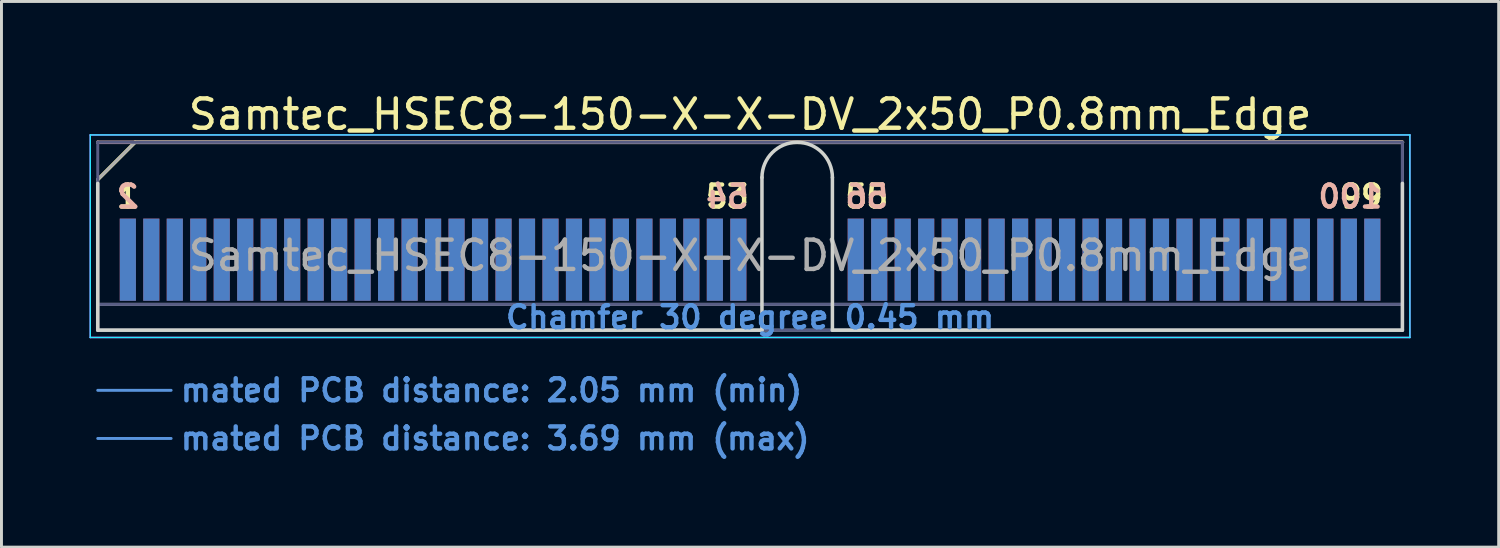
<source format=kicad_pcb>
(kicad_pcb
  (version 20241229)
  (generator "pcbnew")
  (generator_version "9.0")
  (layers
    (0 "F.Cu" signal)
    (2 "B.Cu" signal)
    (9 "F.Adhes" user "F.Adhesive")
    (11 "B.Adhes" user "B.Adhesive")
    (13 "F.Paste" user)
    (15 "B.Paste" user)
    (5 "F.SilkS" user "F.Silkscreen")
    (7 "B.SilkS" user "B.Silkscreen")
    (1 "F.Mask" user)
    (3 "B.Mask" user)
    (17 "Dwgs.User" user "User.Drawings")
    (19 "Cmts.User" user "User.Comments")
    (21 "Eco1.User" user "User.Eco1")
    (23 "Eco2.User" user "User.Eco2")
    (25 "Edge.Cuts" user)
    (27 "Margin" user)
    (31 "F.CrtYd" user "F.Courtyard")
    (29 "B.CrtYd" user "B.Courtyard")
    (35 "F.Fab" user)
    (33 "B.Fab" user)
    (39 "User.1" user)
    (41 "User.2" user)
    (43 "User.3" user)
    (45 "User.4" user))
  (footprint "Samtec_HSEC8-150-X-X-DV_2x50_P0.8mm_Edge"
    (layer "F.Cu")
    (at 22.505 8.198)
    (property "Reference" "Samtec_HSEC8-150-X-X-DV_2x50_P0.8mm_Edge" (at 0 -7.35 0) (layer "F.SilkS") (effects (font (size 1 1) (thickness 0.15))))
    (attr exclude_from_pos_files exclude_from_bom)
    (fp_line (start -22.225 -5.13) (end -20.955 -6.4) (stroke (width 0.12) (type solid)) (layer "F.SilkS"))
    (fp_line (start -20.955 -6.4) (end 22.225 -6.4) (stroke (width 0.12) (type solid)) (layer "F.SilkS"))
    (fp_line (start -22.225 -6.4) (end -22.225 -6.4) (stroke (width 0.12) (type solid)) (layer "B.SilkS"))
    (fp_line (start -22.225 -6.4) (end 22.225 -6.4) (stroke (width 0.12) (type solid)) (layer "B.SilkS"))
    (fp_line (start -22.225 2.05) (end -19.725 2.05) (stroke (width 0.1) (type solid)) (layer "Cmts.User"))
    (fp_line (start -22.225 3.69) (end -19.725 3.69) (stroke (width 0.1) (type solid)) (layer "Cmts.User"))
    (fp_line (start -22.225 -5) (end -22.225 0) (stroke (width 0.12) (type solid)) (layer "Edge.Cuts"))
    (fp_line (start -22.225 0) (end 0.405 0) (stroke (width 0.12) (type solid)) (layer "Edge.Cuts"))
    (fp_line (start 0.405 0) (end 0.405 -5.2) (stroke (width 0.12) (type solid)) (layer "Edge.Cuts"))
    (fp_line (start 2.805 -5.2) (end 2.805 0) (stroke (width 0.12) (type solid)) (layer "Edge.Cuts"))
    (fp_line (start 2.805 0) (end 22.225 0) (stroke (width 0.12) (type solid)) (layer "Edge.Cuts"))
    (fp_line (start 22.225 0) (end 22.225 -5) (stroke (width 0.12) (type solid)) (layer "Edge.Cuts"))
    (fp_arc (start 0.405 -5.2) (mid 1.605 -6.4) (end 2.805 -5.2) (stroke (width 0.12) (type solid)) (layer "Edge.Cuts"))
    (fp_line (start -22.48 -6.65) (end -22.48 0.25) (stroke (width 0.05) (type solid)) (layer "B.CrtYd"))
    (fp_line (start -22.48 0.25) (end 22.48 0.25) (stroke (width 0.05) (type solid)) (layer "B.CrtYd"))
    (fp_line (start 22.48 -6.65) (end -22.48 -6.65) (stroke (width 0.05) (type solid)) (layer "B.CrtYd"))
    (fp_line (start 22.48 0.25) (end 22.48 -6.65) (stroke (width 0.05) (type solid)) (layer "B.CrtYd"))
    (fp_line (start -22.48 -6.65) (end -22.48 0.25) (stroke (width 0.05) (type solid)) (layer "F.CrtYd"))
    (fp_line (start -22.48 0.25) (end 22.48 0.25) (stroke (width 0.05) (type solid)) (layer "F.CrtYd"))
    (fp_line (start 22.48 -6.65) (end -22.48 -6.65) (stroke (width 0.05) (type solid)) (layer "F.CrtYd"))
    (fp_line (start 22.48 0.25) (end 22.48 -6.65) (stroke (width 0.05) (type solid)) (layer "F.CrtYd"))
    (fp_line (start -22.225 -6.4) (end -22.225 -6.4) (stroke (width 0.1) (type solid)) (layer "B.Fab"))
    (fp_line (start -22.225 -6.4) (end -22.225 0) (stroke (width 0.1) (type solid)) (layer "B.Fab"))
    (fp_line (start -22.225 -6.4) (end 22.225 -6.4) (stroke (width 0.1) (type solid)) (layer "B.Fab"))
    (fp_line (start -22.225 -0.88) (end 22.225 -0.88) (stroke (width 0.1) (type solid)) (layer "B.Fab"))
    (fp_line (start -22.225 0) (end 22.225 0) (stroke (width 0.1) (type solid)) (layer "B.Fab"))
    (fp_line (start 22.225 -6.4) (end 22.225 0) (stroke (width 0.1) (type solid)) (layer "B.Fab"))
    (fp_line (start -22.225 -5.13) (end -22.225 0) (stroke (width 0.1) (type solid)) (layer "F.Fab"))
    (fp_line (start -22.225 -5.13) (end -20.955 -6.4) (stroke (width 0.1) (type solid)) (layer "F.Fab"))
    (fp_line (start -22.225 -0.88) (end 22.225 -0.88) (stroke (width 0.1) (type solid)) (layer "F.Fab"))
    (fp_line (start -22.225 0) (end 22.225 0) (stroke (width 0.1) (type solid)) (layer "F.Fab"))
    (fp_line (start -20.955 -6.4) (end 22.225 -6.4) (stroke (width 0.1) (type solid)) (layer "F.Fab"))
    (fp_line (start 22.225 -6.4) (end 22.225 0) (stroke (width 0.1) (type solid)) (layer "F.Fab"))
    (fp_text user "1" (at -21.2 -4.55 0) (layer "F.SilkS") (effects (font (size 0.75 0.75) (thickness 0.15))))
    (fp_text user "55" (at 3.975 -4.55 0) (layer "F.SilkS") (effects (font (size 0.75 0.75) (thickness 0.15))))
    (fp_text user "99" (at 20.825 -4.55 0) (layer "F.SilkS") (effects (font (size 0.75 0.75) (thickness 0.15))))
    (fp_text user "53" (at -0.775 -4.55 0) (layer "F.SilkS") (effects (font (size 0.75 0.75) (thickness 0.15))))
    (fp_text user "56" (at 3.975 -4.55 0) (layer "B.SilkS") (effects (font (size 0.75 0.75) (thickness 0.15)) (justify mirror)))
    (fp_text user "54" (at -0.775 -4.55 0) (layer "B.SilkS") (effects (font (size 0.75 0.75) (thickness 0.15)) (justify mirror)))
    (fp_text user "2" (at -21.2 -4.55 0) (layer "B.SilkS") (effects (font (size 0.75 0.75) (thickness 0.15)) (justify mirror)))
    (fp_text user "100" (at 20.45 -4.55 0) (layer "B.SilkS") (effects (font (size 0.75 0.75) (thickness 0.15)) (justify mirror)))
    (fp_text user "mated PCB distance: 3.69 mm (max)" (at -19.48 3.69 0) (layer "Cmts.User") (effects (font (size 0.75 0.75) (thickness 0.15)) (justify left)))
    (fp_text user "mated PCB distance: 2.05 mm (min)" (at -19.48 2.05 0) (layer "Cmts.User") (effects (font (size 0.75 0.75) (thickness 0.15)) (justify left)))
    (fp_text user "Chamfer 30 degree 0.45 mm" (at 0 -0.44 0) (layer "Cmts.User") (effects (font (size 0.75 0.75) (thickness 0.15))))
    (fp_text user "${REFERENCE}" (at 0 -2.54 0) (layer "F.Fab") (effects (font (size 1 1) (thickness 0.15))))
    (pad "1" connect rect (at -21.2 -2.4) (size 0.55 2.8) (layers "F.Cu" "F.Mask"))
    (pad "2" connect rect (at -21.2 -2.4) (size 0.55 2.8) (layers "B.Cu" "B.Mask"))
    (pad "3" connect rect (at -20.4 -2.4) (size 0.55 2.8) (layers "F.Cu" "F.Mask"))
    (pad "4" connect rect (at -20.4 -2.4) (size 0.55 2.8) (layers "B.Cu" "B.Mask"))
    (pad "5" connect rect (at -19.6 -2.4) (size 0.55 2.8) (layers "F.Cu" "F.Mask"))
    (pad "6" connect rect (at -19.6 -2.4) (size 0.55 2.8) (layers "B.Cu" "B.Mask"))
    (pad "7" connect rect (at -18.8 -2.4) (size 0.55 2.8) (layers "F.Cu" "F.Mask"))
    (pad "8" connect rect (at -18.8 -2.4) (size 0.55 2.8) (layers "B.Cu" "B.Mask"))
    (pad "9" connect rect (at -18 -2.4) (size 0.55 2.8) (layers "F.Cu" "F.Mask"))
    (pad "10" connect rect (at -18 -2.4) (size 0.55 2.8) (layers "B.Cu" "B.Mask"))
    (pad "11" connect rect (at -17.2 -2.4) (size 0.55 2.8) (layers "F.Cu" "F.Mask"))
    (pad "12" connect rect (at -17.2 -2.4) (size 0.55 2.8) (layers "B.Cu" "B.Mask"))
    (pad "13" connect rect (at -16.4 -2.4) (size 0.55 2.8) (layers "F.Cu" "F.Mask"))
    (pad "14" connect rect (at -16.4 -2.4) (size 0.55 2.8) (layers "B.Cu" "B.Mask"))
    (pad "15" connect rect (at -15.6 -2.4) (size 0.55 2.8) (layers "F.Cu" "F.Mask"))
    (pad "16" connect rect (at -15.6 -2.4) (size 0.55 2.8) (layers "B.Cu" "B.Mask"))
    (pad "17" connect rect (at -14.8 -2.4) (size 0.55 2.8) (layers "F.Cu" "F.Mask"))
    (pad "18" connect rect (at -14.8 -2.4) (size 0.55 2.8) (layers "B.Cu" "B.Mask"))
    (pad "19" connect rect (at -14 -2.4) (size 0.55 2.8) (layers "F.Cu" "F.Mask"))
    (pad "20" connect rect (at -14 -2.4) (size 0.55 2.8) (layers "B.Cu" "B.Mask"))
    (pad "21" connect rect (at -13.2 -2.4) (size 0.55 2.8) (layers "F.Cu" "F.Mask"))
    (pad "22" connect rect (at -13.2 -2.4) (size 0.55 2.8) (layers "B.Cu" "B.Mask"))
    (pad "23" connect rect (at -12.4 -2.4) (size 0.55 2.8) (layers "F.Cu" "F.Mask"))
    (pad "24" connect rect (at -12.4 -2.4) (size 0.55 2.8) (layers "B.Cu" "B.Mask"))
    (pad "25" connect rect (at -11.6 -2.4) (size 0.55 2.8) (layers "F.Cu" "F.Mask"))
    (pad "26" connect rect (at -11.6 -2.4) (size 0.55 2.8) (layers "B.Cu" "B.Mask"))
    (pad "27" connect rect (at -10.8 -2.4) (size 0.55 2.8) (layers "F.Cu" "F.Mask"))
    (pad "28" connect rect (at -10.8 -2.4) (size 0.55 2.8) (layers "B.Cu" "B.Mask"))
    (pad "29" connect rect (at -10 -2.4) (size 0.55 2.8) (layers "F.Cu" "F.Mask"))
    (pad "30" connect rect (at -10 -2.4) (size 0.55 2.8) (layers "B.Cu" "B.Mask"))
    (pad "31" connect rect (at -9.2 -2.4) (size 0.55 2.8) (layers "F.Cu" "F.Mask"))
    (pad "32" connect rect (at -9.2 -2.4) (size 0.55 2.8) (layers "B.Cu" "B.Mask"))
    (pad "33" connect rect (at -8.4 -2.4) (size 0.55 2.8) (layers "F.Cu" "F.Mask"))
    (pad "34" connect rect (at -8.4 -2.4) (size 0.55 2.8) (layers "B.Cu" "B.Mask"))
    (pad "35" connect rect (at -7.6 -2.4) (size 0.55 2.8) (layers "F.Cu" "F.Mask"))
    (pad "36" connect rect (at -7.6 -2.4) (size 0.55 2.8) (layers "B.Cu" "B.Mask"))
    (pad "37" connect rect (at -6.8 -2.4) (size 0.55 2.8) (layers "F.Cu" "F.Mask"))
    (pad "38" connect rect (at -6.8 -2.4) (size 0.55 2.8) (layers "B.Cu" "B.Mask"))
    (pad "39" connect rect (at -6 -2.4) (size 0.55 2.8) (layers "F.Cu" "F.Mask"))
    (pad "40" connect rect (at -6 -2.4) (size 0.55 2.8) (layers "B.Cu" "B.Mask"))
    (pad "41" connect rect (at -5.2 -2.4) (size 0.55 2.8) (layers "F.Cu" "F.Mask"))
    (pad "42" connect rect (at -5.2 -2.4) (size 0.55 2.8) (layers "B.Cu" "B.Mask"))
    (pad "43" connect rect (at -4.4 -2.4) (size 0.55 2.8) (layers "F.Cu" "F.Mask"))
    (pad "44" connect rect (at -4.4 -2.4) (size 0.55 2.8) (layers "B.Cu" "B.Mask"))
    (pad "45" connect rect (at -3.6 -2.4) (size 0.55 2.8) (layers "F.Cu" "F.Mask"))
    (pad "46" connect rect (at -3.6 -2.4) (size 0.55 2.8) (layers "B.Cu" "B.Mask"))
    (pad "47" connect rect (at -2.8 -2.4) (size 0.55 2.8) (layers "F.Cu" "F.Mask"))
    (pad "48" connect rect (at -2.8 -2.4) (size 0.55 2.8) (layers "B.Cu" "B.Mask"))
    (pad "49" connect rect (at -2 -2.4) (size 0.55 2.8) (layers "F.Cu" "F.Mask"))
    (pad "50" connect rect (at -2 -2.4) (size 0.55 2.8) (layers "B.Cu" "B.Mask"))
    (pad "51" connect rect (at -1.2 -2.4) (size 0.55 2.8) (layers "F.Cu" "F.Mask"))
    (pad "52" connect rect (at -1.2 -2.4) (size 0.55 2.8) (layers "B.Cu" "B.Mask"))
    (pad "53" connect rect (at -0.4 -2.4) (size 0.55 2.8) (layers "F.Cu" "F.Mask"))
    (pad "54" connect rect (at -0.4 -2.4) (size 0.55 2.8) (layers "B.Cu" "B.Mask"))
    (pad "55" connect rect (at 3.6 -2.4) (size 0.55 2.8) (layers "F.Cu" "F.Mask"))
    (pad "56" connect rect (at 3.6 -2.4) (size 0.55 2.8) (layers "B.Cu" "B.Mask"))
    (pad "57" connect rect (at 4.4 -2.4) (size 0.55 2.8) (layers "F.Cu" "F.Mask"))
    (pad "58" connect rect (at 4.4 -2.4) (size 0.55 2.8) (layers "B.Cu" "B.Mask"))
    (pad "59" connect rect (at 5.2 -2.4) (size 0.55 2.8) (layers "F.Cu" "F.Mask"))
    (pad "60" connect rect (at 5.2 -2.4) (size 0.55 2.8) (layers "B.Cu" "B.Mask"))
    (pad "61" connect rect (at 6 -2.4) (size 0.55 2.8) (layers "F.Cu" "F.Mask"))
    (pad "62" connect rect (at 6 -2.4) (size 0.55 2.8) (layers "B.Cu" "B.Mask"))
    (pad "63" connect rect (at 6.8 -2.4) (size 0.55 2.8) (layers "F.Cu" "F.Mask"))
    (pad "64" connect rect (at 6.8 -2.4) (size 0.55 2.8) (layers "B.Cu" "B.Mask"))
    (pad "65" connect rect (at 7.6 -2.4) (size 0.55 2.8) (layers "F.Cu" "F.Mask"))
    (pad "66" connect rect (at 7.6 -2.4) (size 0.55 2.8) (layers "B.Cu" "B.Mask"))
    (pad "67" connect rect (at 8.4 -2.4) (size 0.55 2.8) (layers "F.Cu" "F.Mask"))
    (pad "68" connect rect (at 8.4 -2.4) (size 0.55 2.8) (layers "B.Cu" "B.Mask"))
    (pad "69" connect rect (at 9.2 -2.4) (size 0.55 2.8) (layers "F.Cu" "F.Mask"))
    (pad "70" connect rect (at 9.2 -2.4) (size 0.55 2.8) (layers "B.Cu" "B.Mask"))
    (pad "71" connect rect (at 10 -2.4) (size 0.55 2.8) (layers "F.Cu" "F.Mask"))
    (pad "72" connect rect (at 10 -2.4) (size 0.55 2.8) (layers "B.Cu" "B.Mask"))
    (pad "73" connect rect (at 10.8 -2.4) (size 0.55 2.8) (layers "F.Cu" "F.Mask"))
    (pad "74" connect rect (at 10.8 -2.4) (size 0.55 2.8) (layers "B.Cu" "B.Mask"))
    (pad "75" connect rect (at 11.6 -2.4) (size 0.55 2.8) (layers "F.Cu" "F.Mask"))
    (pad "76" connect rect (at 11.6 -2.4) (size 0.55 2.8) (layers "B.Cu" "B.Mask"))
    (pad "77" connect rect (at 12.4 -2.4) (size 0.55 2.8) (layers "F.Cu" "F.Mask"))
    (pad "78" connect rect (at 12.4 -2.4) (size 0.55 2.8) (layers "B.Cu" "B.Mask"))
    (pad "79" connect rect (at 13.2 -2.4) (size 0.55 2.8) (layers "F.Cu" "F.Mask"))
    (pad "80" connect rect (at 13.2 -2.4) (size 0.55 2.8) (layers "B.Cu" "B.Mask"))
    (pad "81" connect rect (at 14 -2.4) (size 0.55 2.8) (layers "F.Cu" "F.Mask"))
    (pad "82" connect rect (at 14 -2.4) (size 0.55 2.8) (layers "B.Cu" "B.Mask"))
    (pad "83" connect rect (at 14.8 -2.4) (size 0.55 2.8) (layers "F.Cu" "F.Mask"))
    (pad "84" connect rect (at 14.8 -2.4) (size 0.55 2.8) (layers "B.Cu" "B.Mask"))
    (pad "85" connect rect (at 15.6 -2.4) (size 0.55 2.8) (layers "F.Cu" "F.Mask"))
    (pad "86" connect rect (at 15.6 -2.4) (size 0.55 2.8) (layers "B.Cu" "B.Mask"))
    (pad "87" connect rect (at 16.4 -2.4) (size 0.55 2.8) (layers "F.Cu" "F.Mask"))
    (pad "88" connect rect (at 16.4 -2.4) (size 0.55 2.8) (layers "B.Cu" "B.Mask"))
    (pad "89" connect rect (at 17.2 -2.4) (size 0.55 2.8) (layers "F.Cu" "F.Mask"))
    (pad "90" connect rect (at 17.2 -2.4) (size 0.55 2.8) (layers "B.Cu" "B.Mask"))
    (pad "91" connect rect (at 18 -2.4) (size 0.55 2.8) (layers "F.Cu" "F.Mask"))
    (pad "92" connect rect (at 18 -2.4) (size 0.55 2.8) (layers "B.Cu" "B.Mask"))
    (pad "93" connect rect (at 18.8 -2.4) (size 0.55 2.8) (layers "F.Cu" "F.Mask"))
    (pad "94" connect rect (at 18.8 -2.4) (size 0.55 2.8) (layers "B.Cu" "B.Mask"))
    (pad "95" connect rect (at 19.6 -2.4) (size 0.55 2.8) (layers "F.Cu" "F.Mask"))
    (pad "96" connect rect (at 19.6 -2.4) (size 0.55 2.8) (layers "B.Cu" "B.Mask"))
    (pad "97" connect rect (at 20.4 -2.4) (size 0.55 2.8) (layers "F.Cu" "F.Mask"))
    (pad "98" connect rect (at 20.4 -2.4) (size 0.55 2.8) (layers "B.Cu" "B.Mask"))
    (pad "99" connect rect (at 21.2 -2.4) (size 0.55 2.8) (layers "F.Cu" "F.Mask"))
    (pad "100" connect rect (at 21.2 -2.4) (size 0.55 2.8) (layers "B.Cu" "B.Mask")))
  (gr_rect
    (start -3 -3)
    (end 48.01 15.59)
    (stroke (width 0.1) (type default))
    (fill no)
    (layer "Edge.Cuts")))
</source>
